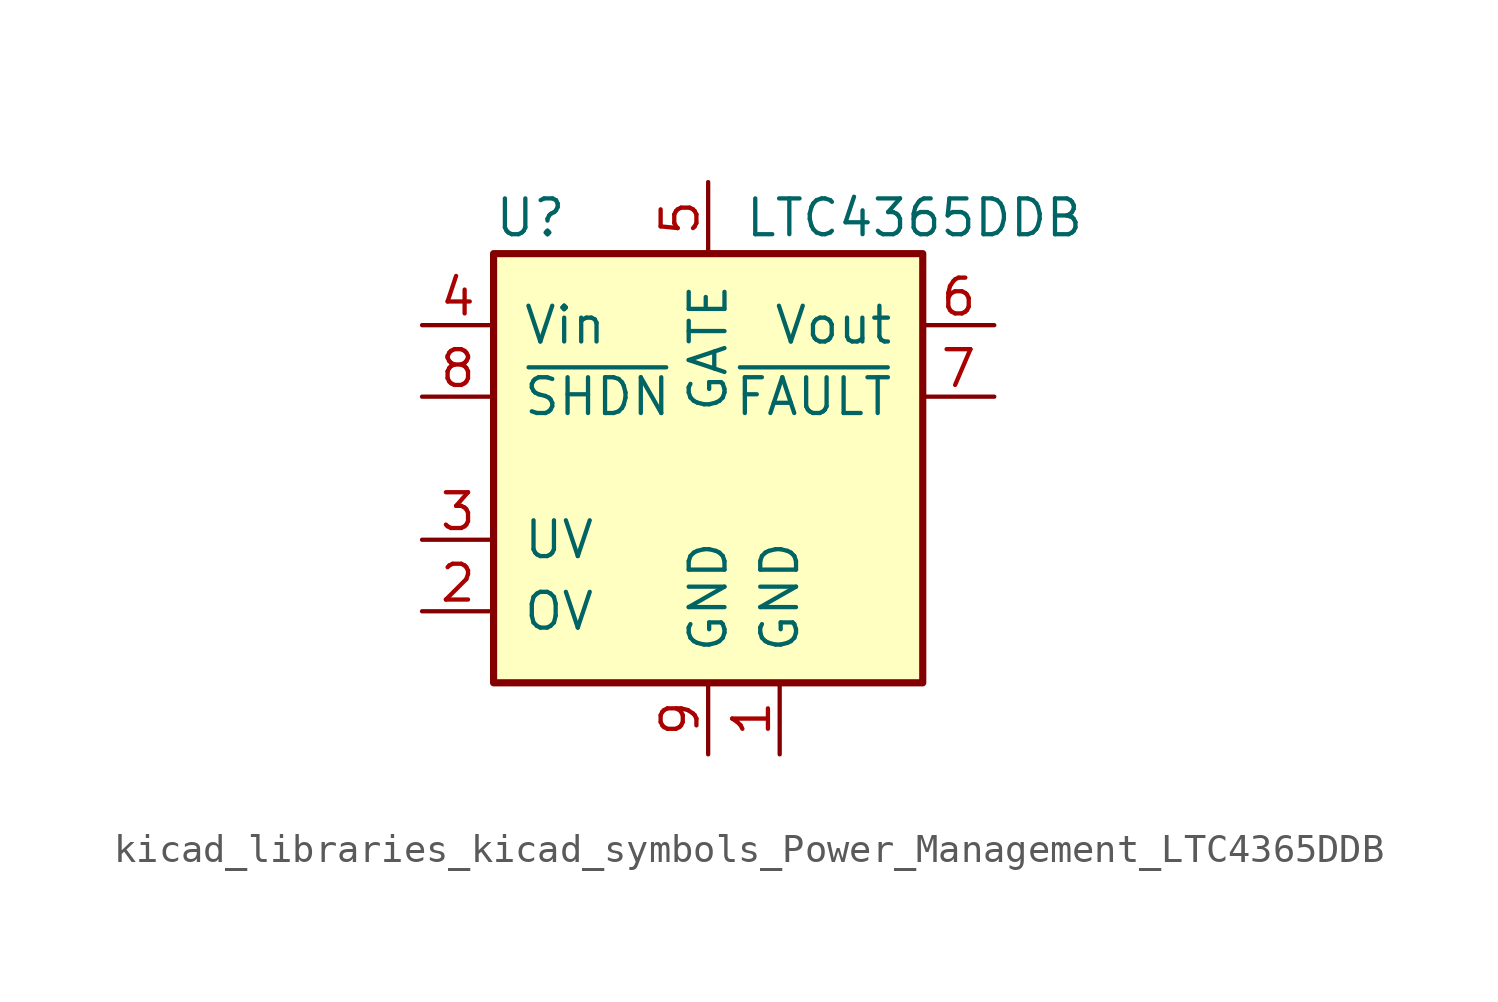
<source format=kicad_sym>
(kicad_symbol_lib
  (version 20220914)
  (generator kicad_symbol_editor)
  (symbol "kicad_libraries_kicad_symbols_Power_Management_LTC4365DDB"
    (pin_names
      (offset 1.016))
    (property "Reference" "U"
      (at -7.62 8.89 0)
      (effects (font (size 1.27 1.27)) (justify left)))
    (property "Value" "LTC4365DDB"
      (at 1.27 8.89 0)
      (effects (font (size 1.27 1.27)) (justify left)))
    (symbol "kicad_libraries_kicad_symbols_Power_Management_LTC4365DDB_0_1"
      (rectangle (start -7.62 7.62) (end 7.62 -7.62) (stroke (width 0.254) (type default)) (fill (type background))))
    (symbol "kicad_libraries_kicad_symbols_Power_Management_LTC4365DDB_1_1"
      (pin power_in line (at 2.54 -10.16 90) (length 2.54) (name "GND" (effects (font (size 1.27 1.27)))) (number "1" (effects (font (size 1.27 1.27)))))
      (pin input line (at -10.16 -5.08 0) (length 2.54) (name "OV" (effects (font (size 1.27 1.27)))) (number "2" (effects (font (size 1.27 1.27)))))
      (pin input line (at -10.16 -2.54 0) (length 2.54) (name "UV" (effects (font (size 1.27 1.27)))) (number "3" (effects (font (size 1.27 1.27)))))
      (pin power_in line (at -10.16 5.08 0) (length 2.54) (name "Vin" (effects (font (size 1.27 1.27)))) (number "4" (effects (font (size 1.27 1.27)))))
      (pin output line (at 0 10.16 270) (length 2.54) (name "GATE" (effects (font (size 1.27 1.27)))) (number "5" (effects (font (size 1.27 1.27)))))
      (pin input line (at 10.16 5.08 180) (length 2.54) (name "Vout" (effects (font (size 1.27 1.27)))) (number "6" (effects (font (size 1.27 1.27)))))
      (pin open_collector line (at 10.16 2.54 180) (length 2.54) (name "~{FAULT}" (effects (font (size 1.27 1.27)))) (number "7" (effects (font (size 1.27 1.27)))))
      (pin input line (at -10.16 2.54 0) (length 2.54) (name "~{SHDN}" (effects (font (size 1.27 1.27)))) (number "8" (effects (font (size 1.27 1.27)))))
      (pin power_in line (at 0 -10.16 90) (length 2.54) (name "GND" (effects (font (size 1.27 1.27)))) (number "9" (effects (font (size 1.27 1.27))))))))
</source>
